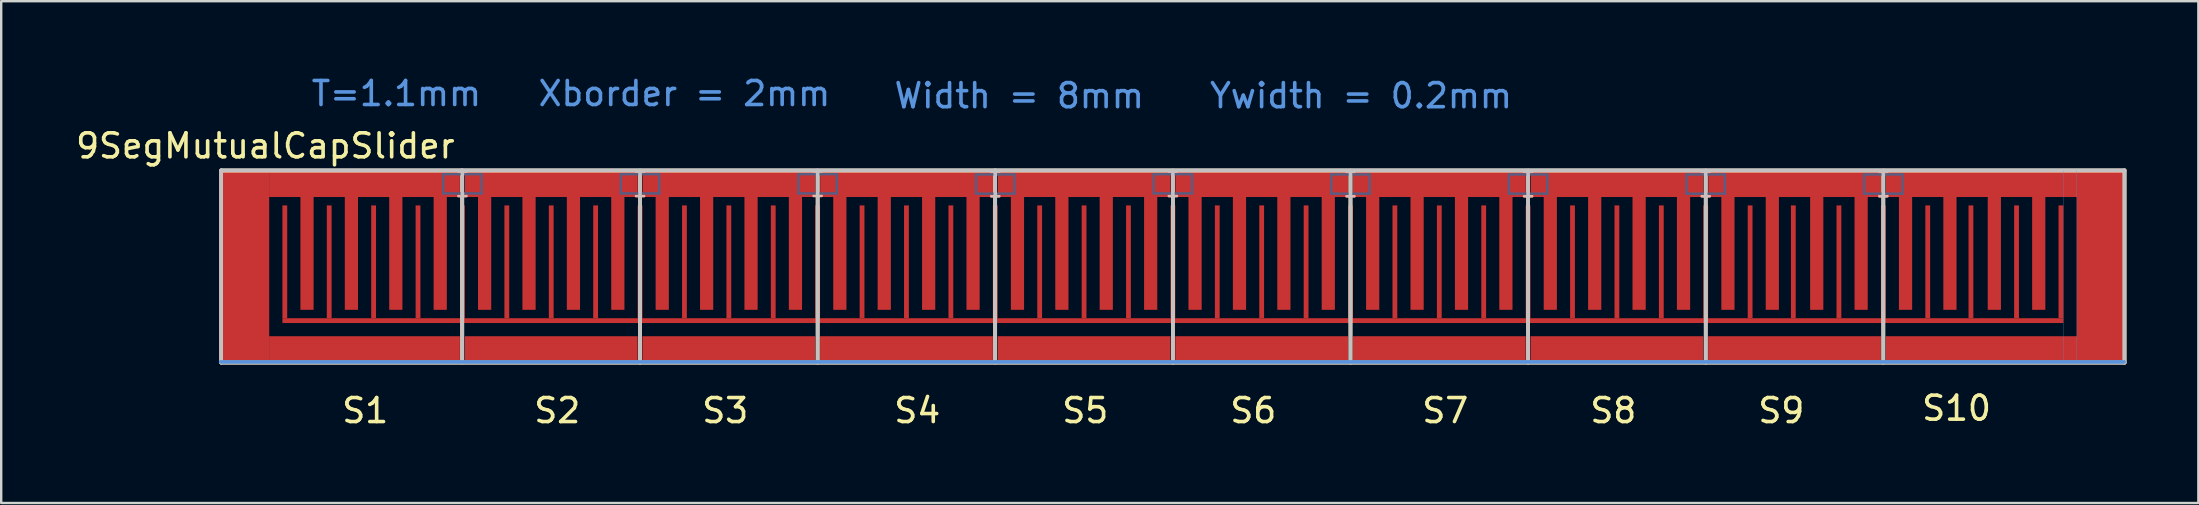
<source format=kicad_pcb>
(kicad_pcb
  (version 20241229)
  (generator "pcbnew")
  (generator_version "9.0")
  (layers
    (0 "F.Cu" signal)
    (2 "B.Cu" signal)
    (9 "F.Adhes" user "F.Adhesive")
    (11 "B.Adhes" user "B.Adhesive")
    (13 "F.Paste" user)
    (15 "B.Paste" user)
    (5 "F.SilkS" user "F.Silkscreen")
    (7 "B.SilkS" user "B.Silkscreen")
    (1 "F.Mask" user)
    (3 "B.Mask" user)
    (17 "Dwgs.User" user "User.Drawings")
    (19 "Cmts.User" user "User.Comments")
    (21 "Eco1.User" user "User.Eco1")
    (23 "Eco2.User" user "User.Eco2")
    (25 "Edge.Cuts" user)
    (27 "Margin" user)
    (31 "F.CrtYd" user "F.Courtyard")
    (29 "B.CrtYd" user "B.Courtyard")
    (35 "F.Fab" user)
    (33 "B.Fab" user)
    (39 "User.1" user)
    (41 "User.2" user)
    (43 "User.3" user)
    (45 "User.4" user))
  (footprint "9SegMutualCapSlider"
    (layer "F.Cu")
    (at 6.166 12.058)
    (property "Reference" "9SegMutualCapSlider" (at 1.84 -9.03 0) (layer "F.SilkS") (effects (font (size 1 1) (thickness 0.15))))
    (attr through_hole)
    (fp_line (start 0 -8) (end 79.3 -8) (stroke (width 0.15) (type solid)) (layer "F.SilkS"))
    (fp_line (start 0 0) (end 0 -8) (stroke (width 0.15) (type solid)) (layer "F.SilkS"))
    (fp_line (start 0 0) (end 79.3 0) (stroke (width 0.15) (type solid)) (layer "F.SilkS"))
    (fp_line (start 10.04 -0.01) (end 10.04 -8.01) (stroke (width 0.15) (type solid)) (layer "F.SilkS"))
    (fp_line (start 17.45 -8) (end 17.45 0) (stroke (width 0.15) (type solid)) (layer "F.SilkS"))
    (fp_line (start 24.85 0) (end 24.85 -8) (stroke (width 0.15) (type solid)) (layer "F.SilkS"))
    (fp_line (start 32.24 -0.01) (end 32.24 -8.01) (stroke (width 0.15) (type solid)) (layer "F.SilkS"))
    (fp_line (start 39.65 0) (end 39.65 -8) (stroke (width 0.15) (type solid)) (layer "F.SilkS"))
    (fp_line (start 47.05 0) (end 47.05 -8) (stroke (width 0.15) (type solid)) (layer "F.SilkS"))
    (fp_line (start 54.45 0) (end 54.45 -8) (stroke (width 0.15) (type solid)) (layer "F.SilkS"))
    (fp_line (start 61.85 0) (end 61.85 -8) (stroke (width 0.15) (type solid)) (layer "F.SilkS"))
    (fp_line (start 69.25 0) (end 69.25 -8) (stroke (width 0.15) (type solid)) (layer "F.SilkS"))
    (fp_line (start 79.3 0) (end 79.3 -8) (stroke (width 0.15) (type solid)) (layer "F.SilkS"))
    (fp_line (start 0 -8) (end 79.3 -8) (stroke (width 0.15) (type solid)) (layer "B.SilkS"))
    (fp_line (start 0 0) (end 0 -8) (stroke (width 0.15) (type solid)) (layer "B.SilkS"))
    (fp_line (start 0 0) (end 79.3 0) (stroke (width 0.15) (type solid)) (layer "B.SilkS"))
    (fp_line (start 9.887 -7.96) (end 10.213 -7.96) (stroke (width 0.12) (type solid)) (layer "B.SilkS"))
    (fp_line (start 9.887 -6.94) (end 10.213 -6.94) (stroke (width 0.12) (type solid)) (layer "B.SilkS"))
    (fp_line (start 10.03 -0.02) (end 10.03 -8.02) (stroke (width 0.15) (type solid)) (layer "B.SilkS"))
    (fp_line (start 17.287 -7.96) (end 17.613 -7.96) (stroke (width 0.12) (type solid)) (layer "B.SilkS"))
    (fp_line (start 17.287 -6.94) (end 17.613 -6.94) (stroke (width 0.12) (type solid)) (layer "B.SilkS"))
    (fp_line (start 17.45 -8) (end 17.45 0) (stroke (width 0.15) (type solid)) (layer "B.SilkS"))
    (fp_line (start 24.687 -7.97) (end 25.013 -7.97) (stroke (width 0.12) (type solid)) (layer "B.SilkS"))
    (fp_line (start 24.687 -6.95) (end 25.013 -6.95) (stroke (width 0.12) (type solid)) (layer "B.SilkS"))
    (fp_line (start 24.85 0) (end 24.85 -8) (stroke (width 0.15) (type solid)) (layer "B.SilkS"))
    (fp_line (start 32.087 -7.95) (end 32.413 -7.95) (stroke (width 0.12) (type solid)) (layer "B.SilkS"))
    (fp_line (start 32.087 -6.93) (end 32.413 -6.93) (stroke (width 0.12) (type solid)) (layer "B.SilkS"))
    (fp_line (start 32.24 -0.01) (end 32.24 -8.01) (stroke (width 0.15) (type solid)) (layer "B.SilkS"))
    (fp_line (start 39.487 -7.96) (end 39.813 -7.96) (stroke (width 0.12) (type solid)) (layer "B.SilkS"))
    (fp_line (start 39.487 -6.94) (end 39.813 -6.94) (stroke (width 0.12) (type solid)) (layer "B.SilkS"))
    (fp_line (start 39.65 0) (end 39.65 -8) (stroke (width 0.15) (type solid)) (layer "B.SilkS"))
    (fp_line (start 46.887 -7.95) (end 47.213 -7.95) (stroke (width 0.12) (type solid)) (layer "B.SilkS"))
    (fp_line (start 46.887 -6.93) (end 47.213 -6.93) (stroke (width 0.12) (type solid)) (layer "B.SilkS"))
    (fp_line (start 47.05 0) (end 47.05 -8) (stroke (width 0.15) (type solid)) (layer "B.SilkS"))
    (fp_line (start 54.287 -7.95) (end 54.613 -7.95) (stroke (width 0.12) (type solid)) (layer "B.SilkS"))
    (fp_line (start 54.287 -6.93) (end 54.613 -6.93) (stroke (width 0.12) (type solid)) (layer "B.SilkS"))
    (fp_line (start 54.45 0) (end 54.45 -8) (stroke (width 0.15) (type solid)) (layer "B.SilkS"))
    (fp_line (start 61.687 -7.95) (end 62.013 -7.95) (stroke (width 0.12) (type solid)) (layer "B.SilkS"))
    (fp_line (start 61.687 -6.93) (end 62.013 -6.93) (stroke (width 0.12) (type solid)) (layer "B.SilkS"))
    (fp_line (start 61.85 0) (end 61.85 -8) (stroke (width 0.15) (type solid)) (layer "B.SilkS"))
    (fp_line (start 69.087 -7.95) (end 69.413 -7.95) (stroke (width 0.12) (type solid)) (layer "B.SilkS"))
    (fp_line (start 69.087 -6.93) (end 69.413 -6.93) (stroke (width 0.12) (type solid)) (layer "B.SilkS"))
    (fp_line (start 69.25 0) (end 69.25 -8) (stroke (width 0.15) (type solid)) (layer "B.SilkS"))
    (fp_line (start 79.3 0) (end 79.3 -8) (stroke (width 0.15) (type solid)) (layer "B.SilkS"))
    (fp_line (start 0 -8.02) (end 79.3 -8.02) (stroke (width 0.15) (type solid)) (layer "Dwgs.User"))
    (fp_line (start 0 -8) (end 79.3 -8) (stroke (width 0.01) (type solid)) (layer "Dwgs.User"))
    (fp_line (start 0 0) (end 0 -8.02) (stroke (width 0.15) (type solid)) (layer "Dwgs.User"))
    (fp_line (start 0 0) (end 0 -8) (stroke (width 0.01) (type solid)) (layer "Dwgs.User"))
    (fp_line (start 0 0) (end 79.3 0) (stroke (width 0.15) (type solid)) (layer "Dwgs.User"))
    (fp_line (start 10.05 0) (end 10.05 -8) (stroke (width 0.15) (type solid)) (layer "Dwgs.User"))
    (fp_line (start 17.45 -8) (end 17.45 0) (stroke (width 0.15) (type solid)) (layer "Dwgs.User"))
    (fp_line (start 24.85 -8) (end 24.85 0) (stroke (width 0.15) (type solid)) (layer "Dwgs.User"))
    (fp_line (start 32.25 -8) (end 32.25 0) (stroke (width 0.15) (type solid)) (layer "Dwgs.User"))
    (fp_line (start 39.65 -8) (end 39.65 0) (stroke (width 0.15) (type solid)) (layer "Dwgs.User"))
    (fp_line (start 47.05 -8) (end 47.05 0) (stroke (width 0.15) (type solid)) (layer "Dwgs.User"))
    (fp_line (start 54.45 -8) (end 54.45 0) (stroke (width 0.15) (type solid)) (layer "Dwgs.User"))
    (fp_line (start 61.85 -8) (end 61.85 0) (stroke (width 0.15) (type solid)) (layer "Dwgs.User"))
    (fp_line (start 69.25 -8) (end 69.25 0) (stroke (width 0.15) (type solid)) (layer "Dwgs.User"))
    (fp_line (start 79.3 0) (end 79.3 -8.02) (stroke (width 0.15) (type solid)) (layer "Dwgs.User"))
    (fp_line (start 79.3 0) (end 79.3 -8) (stroke (width 0.01) (type solid)) (layer "Dwgs.User"))
    (fp_line (start -0.02 -0.03) (end 79.28 -0.03) (stroke (width 0.15) (type solid)) (layer "Cmts.User"))
    (fp_line (start 76.75 -8) (end 76.75 0) (stroke (width 0.01) (type solid)) (layer "Cmts.User"))
    (fp_line (start 77.3 -8) (end 77.3 0) (stroke (width 0.01) (type solid)) (layer "Cmts.User"))
    (fp_line (start 0 -6.9) (end 78 -6.9) (stroke (width 0.01) (type solid)) (layer "Eco1.User"))
    (fp_line (start 0 -6.35) (end 78 -6.35) (stroke (width 0.01) (type solid)) (layer "Eco1.User"))
    (fp_line (start 0 -1.65) (end 78 -1.65) (stroke (width 0.01) (type solid)) (layer "Eco1.User"))
    (fp_line (start 0 -1.1) (end 78 -1.1) (stroke (width 0.01) (type solid)) (layer "Eco1.User"))
    (fp_line (start 2 0) (end 2 -8) (stroke (width 0.01) (type solid)) (layer "Eco1.User"))
    (fp_poly (pts (xy 9.71 -6.97) (xy 8.82 -6.97) (xy 8.82 -7.94) (xy 9.71 -7.94)) (stroke (width 0.01) (type solid)) (fill no) (layer "Eco1.User"))
    (fp_poly (pts (xy 11.28 -6.97) (xy 10.39 -6.97) (xy 10.39 -7.94) (xy 11.28 -7.94)) (stroke (width 0.01) (type solid)) (fill no) (layer "Eco1.User"))
    (fp_poly (pts (xy 17.11 -6.97) (xy 16.22 -6.97) (xy 16.22 -7.94) (xy 17.11 -7.94)) (stroke (width 0.01) (type solid)) (fill no) (layer "Eco1.User"))
    (fp_poly (pts (xy 18.68 -6.97) (xy 17.79 -6.97) (xy 17.79 -7.94) (xy 18.68 -7.94)) (stroke (width 0.01) (type solid)) (fill no) (layer "Eco1.User"))
    (fp_poly (pts (xy 24.51 -6.97) (xy 23.62 -6.97) (xy 23.62 -7.94) (xy 24.51 -7.94)) (stroke (width 0.01) (type solid)) (fill no) (layer "Eco1.User"))
    (fp_poly (pts (xy 26.08 -6.97) (xy 25.19 -6.97) (xy 25.19 -7.94) (xy 26.08 -7.94)) (stroke (width 0.01) (type solid)) (fill no) (layer "Eco1.User"))
    (fp_poly (pts (xy 31.91 -6.96) (xy 31.02 -6.96) (xy 31.02 -7.93) (xy 31.91 -7.93)) (stroke (width 0.01) (type solid)) (fill no) (layer "Eco1.User"))
    (fp_poly (pts (xy 33.48 -6.96) (xy 32.59 -6.96) (xy 32.59 -7.93) (xy 33.48 -7.93)) (stroke (width 0.01) (type solid)) (fill no) (layer "Eco1.User"))
    (fp_poly (pts (xy 39.31 -6.97) (xy 38.42 -6.97) (xy 38.42 -7.94) (xy 39.31 -7.94)) (stroke (width 0.01) (type solid)) (fill no) (layer "Eco1.User"))
    (fp_poly (pts (xy 40.88 -6.97) (xy 39.99 -6.97) (xy 39.99 -7.94) (xy 40.88 -7.94)) (stroke (width 0.01) (type solid)) (fill no) (layer "Eco1.User"))
    (fp_poly (pts (xy 46.71 -6.96) (xy 45.82 -6.96) (xy 45.82 -7.93) (xy 46.71 -7.93)) (stroke (width 0.01) (type solid)) (fill no) (layer "Eco1.User"))
    (fp_poly (pts (xy 48.28 -6.96) (xy 47.39 -6.96) (xy 47.39 -7.93) (xy 48.28 -7.93)) (stroke (width 0.01) (type solid)) (fill no) (layer "Eco1.User"))
    (fp_poly (pts (xy 54.11 -6.96) (xy 53.22 -6.96) (xy 53.22 -7.93) (xy 54.11 -7.93)) (stroke (width 0.01) (type solid)) (fill no) (layer "Eco1.User"))
    (fp_poly (pts (xy 55.68 -6.96) (xy 54.79 -6.96) (xy 54.79 -7.93) (xy 55.68 -7.93)) (stroke (width 0.01) (type solid)) (fill no) (layer "Eco1.User"))
    (fp_poly (pts (xy 61.51 -6.96) (xy 60.62 -6.96) (xy 60.62 -7.93) (xy 61.51 -7.93)) (stroke (width 0.01) (type solid)) (fill no) (layer "Eco1.User"))
    (fp_poly (pts (xy 63.08 -6.96) (xy 62.19 -6.96) (xy 62.19 -7.93) (xy 63.08 -7.93)) (stroke (width 0.01) (type solid)) (fill no) (layer "Eco1.User"))
    (fp_poly (pts (xy 68.91 -6.96) (xy 68.02 -6.96) (xy 68.02 -7.93) (xy 68.91 -7.93)) (stroke (width 0.01) (type solid)) (fill no) (layer "Eco1.User"))
    (fp_poly (pts (xy 70.48 -6.96) (xy 69.59 -6.96) (xy 69.59 -7.93) (xy 70.48 -7.93)) (stroke (width 0.01) (type solid)) (fill no) (layer "Eco1.User"))
    (fp_line (start 9.25 -7.85) (end 10.85 -7.85) (stroke (width 0.1) (type solid)) (layer "B.Fab"))
    (fp_line (start 9.25 -7.05) (end 9.25 -7.85) (stroke (width 0.1) (type solid)) (layer "B.Fab"))
    (fp_line (start 10.85 -7.85) (end 10.85 -7.05) (stroke (width 0.1) (type solid)) (layer "B.Fab"))
    (fp_line (start 10.85 -7.05) (end 9.25 -7.05) (stroke (width 0.1) (type solid)) (layer "B.Fab"))
    (fp_line (start 16.65 -7.85) (end 18.25 -7.85) (stroke (width 0.1) (type solid)) (layer "B.Fab"))
    (fp_line (start 16.65 -7.05) (end 16.65 -7.85) (stroke (width 0.1) (type solid)) (layer "B.Fab"))
    (fp_line (start 18.25 -7.85) (end 18.25 -7.05) (stroke (width 0.1) (type solid)) (layer "B.Fab"))
    (fp_line (start 18.25 -7.05) (end 16.65 -7.05) (stroke (width 0.1) (type solid)) (layer "B.Fab"))
    (fp_line (start 24.05 -7.85) (end 25.65 -7.85) (stroke (width 0.1) (type solid)) (layer "B.Fab"))
    (fp_line (start 24.05 -7.05) (end 24.05 -7.85) (stroke (width 0.1) (type solid)) (layer "B.Fab"))
    (fp_line (start 25.65 -7.85) (end 25.65 -7.05) (stroke (width 0.1) (type solid)) (layer "B.Fab"))
    (fp_line (start 25.65 -7.05) (end 24.05 -7.05) (stroke (width 0.1) (type solid)) (layer "B.Fab"))
    (fp_line (start 31.45 -7.84) (end 33.05 -7.84) (stroke (width 0.1) (type solid)) (layer "B.Fab"))
    (fp_line (start 31.45 -7.04) (end 31.45 -7.84) (stroke (width 0.1) (type solid)) (layer "B.Fab"))
    (fp_line (start 33.05 -7.84) (end 33.05 -7.04) (stroke (width 0.1) (type solid)) (layer "B.Fab"))
    (fp_line (start 33.05 -7.04) (end 31.45 -7.04) (stroke (width 0.1) (type solid)) (layer "B.Fab"))
    (fp_line (start 38.85 -7.85) (end 40.45 -7.85) (stroke (width 0.1) (type solid)) (layer "B.Fab"))
    (fp_line (start 38.85 -7.05) (end 38.85 -7.85) (stroke (width 0.1) (type solid)) (layer "B.Fab"))
    (fp_line (start 40.45 -7.85) (end 40.45 -7.05) (stroke (width 0.1) (type solid)) (layer "B.Fab"))
    (fp_line (start 40.45 -7.05) (end 38.85 -7.05) (stroke (width 0.1) (type solid)) (layer "B.Fab"))
    (fp_line (start 46.25 -7.84) (end 47.85 -7.84) (stroke (width 0.1) (type solid)) (layer "B.Fab"))
    (fp_line (start 46.25 -7.04) (end 46.25 -7.84) (stroke (width 0.1) (type solid)) (layer "B.Fab"))
    (fp_line (start 47.85 -7.84) (end 47.85 -7.04) (stroke (width 0.1) (type solid)) (layer "B.Fab"))
    (fp_line (start 47.85 -7.04) (end 46.25 -7.04) (stroke (width 0.1) (type solid)) (layer "B.Fab"))
    (fp_line (start 53.65 -7.84) (end 55.25 -7.84) (stroke (width 0.1) (type solid)) (layer "B.Fab"))
    (fp_line (start 53.65 -7.04) (end 53.65 -7.84) (stroke (width 0.1) (type solid)) (layer "B.Fab"))
    (fp_line (start 55.25 -7.84) (end 55.25 -7.04) (stroke (width 0.1) (type solid)) (layer "B.Fab"))
    (fp_line (start 55.25 -7.04) (end 53.65 -7.04) (stroke (width 0.1) (type solid)) (layer "B.Fab"))
    (fp_line (start 61.05 -7.84) (end 62.65 -7.84) (stroke (width 0.1) (type solid)) (layer "B.Fab"))
    (fp_line (start 61.05 -7.04) (end 61.05 -7.84) (stroke (width 0.1) (type solid)) (layer "B.Fab"))
    (fp_line (start 62.65 -7.84) (end 62.65 -7.04) (stroke (width 0.1) (type solid)) (layer "B.Fab"))
    (fp_line (start 62.65 -7.04) (end 61.05 -7.04) (stroke (width 0.1) (type solid)) (layer "B.Fab"))
    (fp_line (start 68.45 -7.84) (end 70.05 -7.84) (stroke (width 0.1) (type solid)) (layer "B.Fab"))
    (fp_line (start 68.45 -7.04) (end 68.45 -7.84) (stroke (width 0.1) (type solid)) (layer "B.Fab"))
    (fp_line (start 70.05 -7.84) (end 70.05 -7.04) (stroke (width 0.1) (type solid)) (layer "B.Fab"))
    (fp_line (start 70.05 -7.04) (end 68.45 -7.04) (stroke (width 0.1) (type solid)) (layer "B.Fab"))
    (fp_text user "S4" (at 29 2 0) (layer "F.SilkS") (effects (font (size 1 1) (thickness 0.15))))
    (fp_text user "S9" (at 65 2 0) (layer "F.SilkS") (effects (font (size 1 1) (thickness 0.15))))
    (fp_text user "S1" (at 6 2 0) (layer "F.SilkS") (effects (font (size 1 1) (thickness 0.15))))
    (fp_text user "S5" (at 36 2 0) (layer "F.SilkS") (effects (font (size 1 1) (thickness 0.15))))
    (fp_text user "S10" (at 72.3 1.9 0) (layer "F.SilkS") (effects (font (size 1 1) (thickness 0.15))))
    (fp_text user "S6" (at 43 2 0) (layer "F.SilkS") (effects (font (size 1 1) (thickness 0.15))))
    (fp_text user "S7" (at 51 2 0) (layer "F.SilkS") (effects (font (size 1 1) (thickness 0.15))))
    (fp_text user "S8" (at 58 2 0) (layer "F.SilkS") (effects (font (size 1 1) (thickness 0.15))))
    (fp_text user "S2" (at 14 2 0) (layer "F.SilkS") (effects (font (size 1 1) (thickness 0.15))))
    (fp_text user "S3" (at 21 2 0) (layer "F.SilkS") (effects (font (size 1 1) (thickness 0.15))))
    (fp_text user "Ywidth = 0.2mm" (at 47.49 -11.12 0) (layer "Cmts.User") (effects (font (size 1 1) (thickness 0.15))))
    (fp_text user "T=1.1mm" (at 7.3 -11.21 0) (layer "Cmts.User") (effects (font (size 1 1) (thickness 0.15))))
    (fp_text user "Xborder = 2mm" (at 19.3 -11.21 0) (layer "Cmts.User") (effects (font (size 1 1) (thickness 0.15))))
    (fp_text user "Width = 8mm" (at 33.25 -11.12 0) (layer "Cmts.User") (effects (font (size 1 1) (thickness 0.15))))
    (pad "X01" smd custom (at 1 -4) (size 2 8) (layers "F.Cu") (options (anchor rect)) (primitives))
    (pad "X01" smd custom (at 3.575 -4.55) (size 0.55 4.7) (layers "F.Cu") (options (anchor rect)) (primitives))
    (pad "X01" smd custom (at 5.425 -4.55) (size 0.55 4.7) (layers "F.Cu") (options (anchor rect)) (primitives))
    (pad "X01" smd custom (at 5.97 -7.45) (size 7.95 1.1) (layers "F.Cu") (options (anchor rect)) (primitives))
    (pad "X01" smd custom (at 5.97 -0.55) (size 7.95 1.1) (layers "F.Cu") (options (anchor rect)) (primitives))
    (pad "X01" smd custom (at 7.275 -4.55) (size 0.55 4.7) (layers "F.Cu") (options (anchor rect)) (primitives))
    (pad "X01" smd custom (at 9.125 -4.55) (size 0.55 4.7) (layers "F.Cu") (options (anchor rect)) (primitives))
    (pad "X02" smd custom (at 10.975 -4.55) (size 0.55 4.7) (layers "F.Cu") (options (anchor rect)) (primitives))
    (pad "X02" smd custom (at 12.825 -4.55) (size 0.55 4.7) (layers "F.Cu") (options (anchor rect)) (primitives))
    (pad "X02" smd custom (at 13.75 -0.55) (size 7.2 1.1) (layers "F.Cu") (options (anchor rect)) (primitives))
    (pad "X02" smd custom (at 13.755 -7.45) (size 7.2 1.1) (layers "F.Cu") (options (anchor rect)) (primitives))
    (pad "X02" smd custom (at 14.675 -4.55) (size 0.55 4.7) (layers "F.Cu") (options (anchor rect)) (primitives))
    (pad "X02" smd custom (at 16.525 -4.55) (size 0.55 4.7) (layers "F.Cu") (options (anchor rect)) (primitives))
    (pad "X03" smd custom (at 18.375 -4.55) (size 0.55 4.7) (layers "F.Cu") (options (anchor rect)) (primitives))
    (pad "X03" smd custom (at 20.225 -4.55) (size 0.55 4.7) (layers "F.Cu") (options (anchor rect)) (primitives))
    (pad "X03" smd custom (at 21.15 -0.55) (size 7.2 1.1) (layers "F.Cu") (options (anchor rect)) (primitives))
    (pad "X03" smd custom (at 21.155 -7.45) (size 7.2 1.1) (layers "F.Cu") (options (anchor rect)) (primitives))
    (pad "X03" smd custom (at 22.075 -4.55) (size 0.55 4.7) (layers "F.Cu") (options (anchor rect)) (primitives))
    (pad "X03" smd custom (at 23.925 -4.55) (size 0.55 4.7) (layers "F.Cu") (options (anchor rect)) (primitives))
    (pad "X04" smd custom (at 25.775 -4.55) (size 0.55 4.7) (layers "F.Cu") (options (anchor rect)) (primitives))
    (pad "X04" smd custom (at 27.625 -4.55) (size 0.55 4.7) (layers "F.Cu") (options (anchor rect)) (primitives))
    (pad "X04" smd custom (at 28.55 -0.55) (size 7.2 1.1) (layers "F.Cu") (options (anchor rect)) (primitives))
    (pad "X04" smd custom (at 28.555 -7.45) (size 7.2 1.1) (layers "F.Cu") (options (anchor rect)) (primitives))
    (pad "X04" smd custom (at 29.475 -4.55) (size 0.55 4.7) (layers "F.Cu") (options (anchor rect)) (primitives))
    (pad "X04" smd custom (at 31.325 -4.55) (size 0.55 4.7) (layers "F.Cu") (options (anchor rect)) (primitives))
    (pad "X05" smd custom (at 33.175 -4.55) (size 0.55 4.7) (layers "F.Cu") (options (anchor rect)) (primitives))
    (pad "X05" smd custom (at 35.025 -4.55) (size 0.55 4.7) (layers "F.Cu") (options (anchor rect)) (primitives))
    (pad "X05" smd custom (at 35.95 -0.55) (size 7.2 1.1) (layers "F.Cu") (options (anchor rect)) (primitives))
    (pad "X05" smd custom (at 35.955 -7.45) (size 7.2 1.1) (layers "F.Cu") (options (anchor rect)) (primitives))
    (pad "X05" smd custom (at 36.875 -4.55) (size 0.55 4.7) (layers "F.Cu") (options (anchor rect)) (primitives))
    (pad "X05" smd custom (at 38.725 -4.55) (size 0.55 4.7) (layers "F.Cu") (options (anchor rect)) (primitives))
    (pad "X06" smd custom (at 40.575 -4.55) (size 0.55 4.7) (layers "F.Cu") (options (anchor rect)) (primitives))
    (pad "X06" smd custom (at 42.425 -4.55) (size 0.55 4.7) (layers "F.Cu") (options (anchor rect)) (primitives))
    (pad "X06" smd custom (at 43.35 -0.55) (size 7.2 1.1) (layers "F.Cu") (options (anchor rect)) (primitives))
    (pad "X06" smd custom (at 43.355 -7.45) (size 7.2 1.1) (layers "F.Cu") (options (anchor rect)) (primitives))
    (pad "X06" smd custom (at 44.275 -4.55) (size 0.55 4.7) (layers "F.Cu") (options (anchor rect)) (primitives))
    (pad "X06" smd custom (at 46.125 -4.55) (size 0.55 4.7) (layers "F.Cu") (options (anchor rect)) (primitives))
    (pad "X07" smd custom (at 47.975 -4.55) (size 0.55 4.7) (layers "F.Cu") (options (anchor rect)) (primitives))
    (pad "X07" smd custom (at 49.825 -4.55) (size 0.55 4.7) (layers "F.Cu") (options (anchor rect)) (primitives))
    (pad "X07" smd custom (at 50.75 -0.55) (size 7.2 1.1) (layers "F.Cu") (options (anchor rect)) (primitives))
    (pad "X07" smd custom (at 50.755 -7.45) (size 7.2 1.1) (layers "F.Cu") (options (anchor rect)) (primitives))
    (pad "X07" smd custom (at 51.675 -4.55) (size 0.55 4.7) (layers "F.Cu") (options (anchor rect)) (primitives))
    (pad "X07" smd custom (at 53.525 -4.55) (size 0.55 4.7) (layers "F.Cu") (options (anchor rect)) (primitives))
    (pad "X08" smd custom (at 55.375 -4.55) (size 0.55 4.7) (layers "F.Cu") (options (anchor rect)) (primitives))
    (pad "X08" smd custom (at 57.225 -4.55) (size 0.55 4.7) (layers "F.Cu") (options (anchor rect)) (primitives))
    (pad "X08" smd custom (at 58.15 -0.55) (size 7.2 1.1) (layers "F.Cu") (options (anchor rect)) (primitives))
    (pad "X08" smd custom (at 58.155 -7.45) (size 7.2 1.1) (layers "F.Cu") (options (anchor rect)) (primitives))
    (pad "X08" smd custom (at 59.075 -4.55) (size 0.55 4.7) (layers "F.Cu") (options (anchor rect)) (primitives))
    (pad "X08" smd custom (at 60.925 -4.55) (size 0.55 4.7) (layers "F.Cu") (options (anchor rect)) (primitives))
    (pad "X09" smd custom (at 62.775 -4.55) (size 0.55 4.7) (layers "F.Cu") (options (anchor rect)) (primitives))
    (pad "X09" smd custom (at 64.625 -4.55) (size 0.55 4.7) (layers "F.Cu") (options (anchor rect)) (primitives))
    (pad "X09" smd custom (at 65.55 -0.55) (size 7.2 1.1) (layers "F.Cu") (options (anchor rect)) (primitives))
    (pad "X09" smd custom (at 65.555 -7.45) (size 7.2 1.1) (layers "F.Cu") (options (anchor rect)) (primitives))
    (pad "X09" smd custom (at 66.475 -4.55) (size 0.55 4.7) (layers "F.Cu") (options (anchor rect)) (primitives))
    (pad "X09" smd custom (at 68.325 -4.55) (size 0.55 4.7) (layers "F.Cu") (options (anchor rect)) (primitives))
    (pad "X10" smd custom (at 70.175 -4.55) (size 0.55 4.7) (layers "F.Cu") (options (anchor rect)) (primitives))
    (pad "X10" smd custom (at 72.025 -4.55) (size 0.55 4.7) (layers "F.Cu") (options (anchor rect)) (primitives))
    (pad "X10" smd custom (at 73.35 -0.55) (size 8 1.1) (layers "F.Cu") (options (anchor rect)) (primitives))
    (pad "X10" smd custom (at 73.355 -7.45) (size 8 1.1) (layers "F.Cu") (options (anchor rect)) (primitives))
    (pad "X10" smd custom (at 73.875 -4.55) (size 0.55 4.7) (layers "F.Cu") (options (anchor rect)) (primitives))
    (pad "X10" smd custom (at 75.725 -4.55) (size 0.55 4.7) (layers "F.Cu") (options (anchor rect)) (primitives))
    (pad "X10" smd custom (at 78.31 -4) (size 2 8) (layers "F.Cu") (options (anchor rect)) (primitives))
    (pad "Y0" smd custom (at 2.65 -4.2) (size 0.2 4.7) (layers "F.Cu") (options (anchor rect)) (primitives))
    (pad "Y0" smd custom (at 4.5 -4.2) (size 0.2 4.7) (layers "F.Cu") (options (anchor rect)) (primitives))
    (pad "Y0" smd custom (at 6.35 -4.2) (size 0.2 4.7) (layers "F.Cu") (options (anchor rect)) (primitives))
    (pad "Y0" smd custom (at 8.2 -4.2) (size 0.2 4.7) (layers "F.Cu") (options (anchor rect)) (primitives))
    (pad "Y0" smd custom (at 10.05 -4.2) (size 0.2 4.7) (layers "F.Cu") (options (anchor rect)) (primitives))
    (pad "Y0" smd custom (at 11.9 -4.2) (size 0.2 4.7) (layers "F.Cu") (options (anchor rect)) (primitives))
    (pad "Y0" smd custom (at 13.75 -4.2) (size 0.2 4.7) (layers "F.Cu") (options (anchor rect)) (primitives))
    (pad "Y0" smd custom (at 15.6 -4.2) (size 0.2 4.7) (layers "F.Cu") (options (anchor rect)) (primitives))
    (pad "Y0" smd custom (at 17.45 -4.2) (size 0.2 4.7) (layers "F.Cu") (options (anchor rect)) (primitives))
    (pad "Y0" smd custom (at 19.3 -4.2) (size 0.2 4.7) (layers "F.Cu") (options (anchor rect)) (primitives))
    (pad "Y0" smd custom (at 21.15 -4.2) (size 0.2 4.7) (layers "F.Cu") (options (anchor rect)) (primitives))
    (pad "Y0" smd custom (at 23 -4.2) (size 0.2 4.7) (layers "F.Cu") (options (anchor rect)) (primitives))
    (pad "Y0" smd custom (at 24.85 -4.2) (size 0.2 4.7) (layers "F.Cu") (options (anchor rect)) (primitives))
    (pad "Y0" smd custom (at 26.7 -4.2) (size 0.2 4.7) (layers "F.Cu") (options (anchor rect)) (primitives))
    (pad "Y0" smd custom (at 28.55 -4.2) (size 0.2 4.7) (layers "F.Cu") (options (anchor rect)) (primitives))
    (pad "Y0" smd custom (at 30.4 -4.2) (size 0.2 4.7) (layers "F.Cu") (options (anchor rect)) (primitives))
    (pad "Y0" smd custom (at 32.25 -4.2) (size 0.2 4.7) (layers "F.Cu") (options (anchor rect)) (primitives))
    (pad "Y0" smd custom (at 34.1 -4.2) (size 0.2 4.7) (layers "F.Cu") (options (anchor rect)) (primitives))
    (pad "Y0" smd custom (at 35.95 -4.2) (size 0.2 4.7) (layers "F.Cu") (options (anchor rect)) (primitives))
    (pad "Y0" smd custom (at 37.8 -4.2) (size 0.2 4.7) (layers "F.Cu") (options (anchor rect)) (primitives))
    (pad "Y0" smd custom (at 39.65 -4.2) (size 0.2 4.7) (layers "F.Cu") (options (anchor rect)) (primitives))
    (pad "Y0" smd custom (at 39.65 -1.75) (size 74.2 0.2) (layers "F.Cu") (options (anchor rect)) (primitives))
    (pad "Y0" smd custom (at 41.5 -4.2) (size 0.2 4.7) (layers "F.Cu") (options (anchor rect)) (primitives))
    (pad "Y0" smd custom (at 43.35 -4.2) (size 0.2 4.7) (layers "F.Cu") (options (anchor rect)) (primitives))
    (pad "Y0" smd custom (at 45.2 -4.2) (size 0.2 4.7) (layers "F.Cu") (options (anchor rect)) (primitives))
    (pad "Y0" smd custom (at 47.05 -4.2) (size 0.2 4.7) (layers "F.Cu") (options (anchor rect)) (primitives))
    (pad "Y0" smd custom (at 48.9 -4.2) (size 0.2 4.7) (layers "F.Cu") (options (anchor rect)) (primitives))
    (pad "Y0" smd custom (at 50.75 -4.2) (size 0.2 4.7) (layers "F.Cu") (options (anchor rect)) (primitives))
    (pad "Y0" smd custom (at 52.6 -4.2) (size 0.2 4.7) (layers "F.Cu") (options (anchor rect)) (primitives))
    (pad "Y0" smd custom (at 54.45 -4.2) (size 0.2 4.7) (layers "F.Cu") (options (anchor rect)) (primitives))
    (pad "Y0" smd custom (at 56.3 -4.2) (size 0.2 4.7) (layers "F.Cu") (options (anchor rect)) (primitives))
    (pad "Y0" smd custom (at 58.15 -4.2) (size 0.2 4.7) (layers "F.Cu") (options (anchor rect)) (primitives))
    (pad "Y0" smd custom (at 60 -4.2) (size 0.2 4.7) (layers "F.Cu") (options (anchor rect)) (primitives))
    (pad "Y0" smd custom (at 61.85 -4.2) (size 0.2 4.7) (layers "F.Cu") (options (anchor rect)) (primitives))
    (pad "Y0" smd custom (at 63.7 -4.2) (size 0.2 4.7) (layers "F.Cu") (options (anchor rect)) (primitives))
    (pad "Y0" smd custom (at 65.5 -4.2) (size 0.2 4.7) (layers "F.Cu") (options (anchor rect)) (primitives))
    (pad "Y0" smd custom (at 67.4 -4.2) (size 0.2 4.7) (layers "F.Cu") (options (anchor rect)) (primitives))
    (pad "Y0" smd custom (at 69.25 -4.2) (size 0.2 4.7) (layers "F.Cu") (options (anchor rect)) (primitives))
    (pad "Y0" smd custom (at 71.1 -4.2) (size 0.2 4.7) (layers "F.Cu") (options (anchor rect)) (primitives))
    (pad "Y0" smd custom (at 72.9 -4.2) (size 0.2 4.7) (layers "F.Cu") (options (anchor rect)) (primitives))
    (pad "Y0" smd custom (at 74.8 -4.2) (size 0.2 4.7) (layers "F.Cu") (options (anchor rect)) (primitives))
    (pad "Y0" smd custom (at 76.65 -4.2) (size 0.2 4.7) (layers "F.Cu") (options (anchor rect)) (primitives)))
  (gr_rect
    (start -3 -3)
    (end 88.541 17.907)
    (stroke (width 0.1) (type default))
    (fill no)
    (layer "Edge.Cuts")))
</source>
